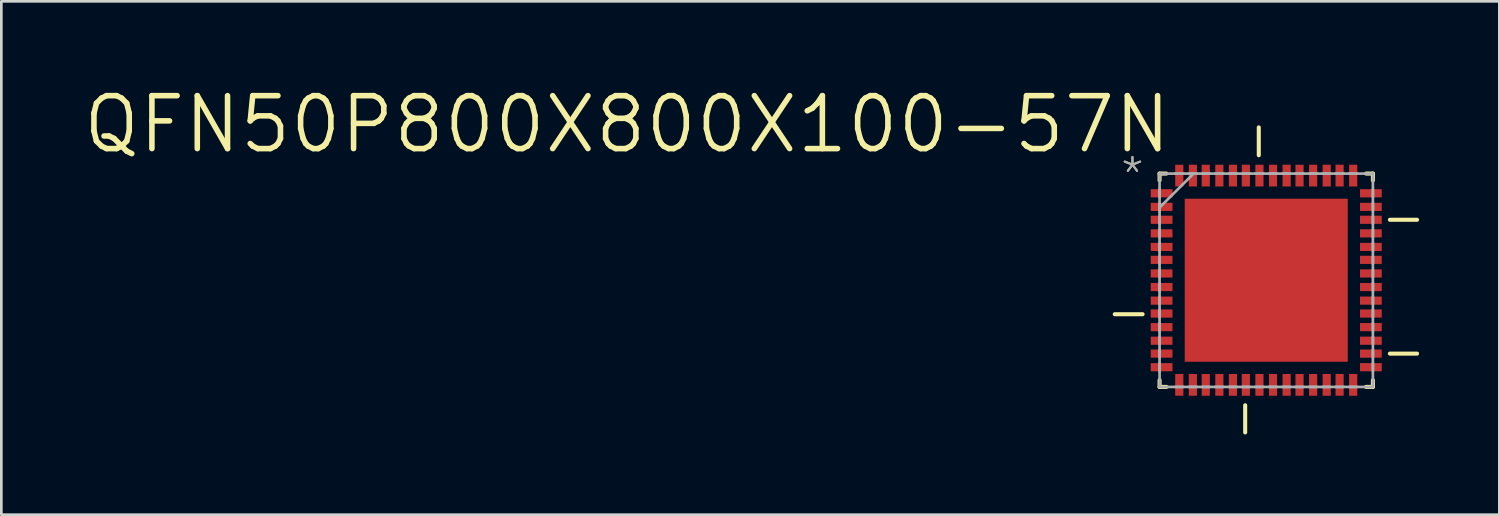
<source format=kicad_pcb>
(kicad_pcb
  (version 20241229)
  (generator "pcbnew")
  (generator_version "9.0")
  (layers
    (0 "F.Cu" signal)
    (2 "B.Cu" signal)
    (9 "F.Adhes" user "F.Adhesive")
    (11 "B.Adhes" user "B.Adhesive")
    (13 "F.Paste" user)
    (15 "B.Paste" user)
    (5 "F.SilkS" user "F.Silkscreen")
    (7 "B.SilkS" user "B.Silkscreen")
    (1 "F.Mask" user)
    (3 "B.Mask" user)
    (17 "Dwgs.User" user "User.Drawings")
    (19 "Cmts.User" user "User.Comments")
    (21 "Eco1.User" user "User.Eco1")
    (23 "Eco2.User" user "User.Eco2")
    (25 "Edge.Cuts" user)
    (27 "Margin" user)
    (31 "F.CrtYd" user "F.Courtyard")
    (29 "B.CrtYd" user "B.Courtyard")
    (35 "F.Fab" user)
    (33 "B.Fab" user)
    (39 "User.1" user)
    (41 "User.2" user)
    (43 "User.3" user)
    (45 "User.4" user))
  (footprint "QFN50P800X800X100-57N"
    (layer "F.Cu")
    (at 44.293 7.428)
    (property "Reference" "QFN50P800X800X100-57N" (at -3.454 -6.985 0) (layer "F.SilkS") (effects (font (size 1.979 1.979) (thickness 0.208)) (justify right top)))
    (attr through_hole)
    (fp_line (start -4.623 1.27) (end -5.664 1.27) (stroke (width 0.152) (type solid)) (layer "F.SilkS"))
    (fp_line (start -3.988 -3.988) (end -3.988 -3.734) (stroke (width 0.152) (type solid)) (layer "F.SilkS"))
    (fp_line (start -3.988 3.734) (end -3.988 3.988) (stroke (width 0.152) (type solid)) (layer "F.SilkS"))
    (fp_line (start -3.988 3.988) (end -3.734 3.988) (stroke (width 0.152) (type solid)) (layer "F.SilkS"))
    (fp_line (start -3.734 -3.988) (end -3.988 -3.988) (stroke (width 0.152) (type solid)) (layer "F.SilkS"))
    (fp_line (start -0.787 4.674) (end -0.787 5.69) (stroke (width 0.152) (type solid)) (layer "F.SilkS"))
    (fp_line (start -0.279 -4.674) (end -0.279 -5.715) (stroke (width 0.152) (type solid)) (layer "F.SilkS"))
    (fp_line (start 3.734 3.988) (end 3.988 3.988) (stroke (width 0.152) (type solid)) (layer "F.SilkS"))
    (fp_line (start 3.988 -3.988) (end 3.734 -3.988) (stroke (width 0.152) (type solid)) (layer "F.SilkS"))
    (fp_line (start 3.988 -3.734) (end 3.988 -3.988) (stroke (width 0.152) (type solid)) (layer "F.SilkS"))
    (fp_line (start 3.988 3.988) (end 3.988 3.734) (stroke (width 0.152) (type solid)) (layer "F.SilkS"))
    (fp_line (start 4.623 -2.261) (end 5.639 -2.261) (stroke (width 0.152) (type solid)) (layer "F.SilkS"))
    (fp_line (start 4.623 2.743) (end 5.639 2.743) (stroke (width 0.152) (type solid)) (layer "F.SilkS"))
    (fp_line (start -3.988 -3.988) (end -3.988 3.988) (stroke (width 0.1) (type solid)) (layer "F.Fab"))
    (fp_line (start -3.988 -3.404) (end -3.988 -3.099) (stroke (width 0.1) (type solid)) (layer "F.Fab"))
    (fp_line (start -3.988 -2.896) (end -3.988 -2.591) (stroke (width 0.1) (type solid)) (layer "F.Fab"))
    (fp_line (start -3.988 -2.718) (end -2.718 -3.988) (stroke (width 0.1) (type solid)) (layer "F.Fab"))
    (fp_line (start -3.988 -2.388) (end -3.988 -2.108) (stroke (width 0.1) (type solid)) (layer "F.Fab"))
    (fp_line (start -3.988 -1.905) (end -3.988 -1.6) (stroke (width 0.1) (type solid)) (layer "F.Fab"))
    (fp_line (start -3.988 -1.397) (end -3.988 -1.092) (stroke (width 0.1) (type solid)) (layer "F.Fab"))
    (fp_line (start -3.988 -0.889) (end -3.988 -0.61) (stroke (width 0.1) (type solid)) (layer "F.Fab"))
    (fp_line (start -3.988 -0.406) (end -3.988 -0.102) (stroke (width 0.1) (type solid)) (layer "F.Fab"))
    (fp_line (start -3.988 0.102) (end -3.988 0.406) (stroke (width 0.1) (type solid)) (layer "F.Fab"))
    (fp_line (start -3.988 0.61) (end -3.988 0.889) (stroke (width 0.1) (type solid)) (layer "F.Fab"))
    (fp_line (start -3.988 1.092) (end -3.988 1.397) (stroke (width 0.1) (type solid)) (layer "F.Fab"))
    (fp_line (start -3.988 1.6) (end -3.988 1.905) (stroke (width 0.1) (type solid)) (layer "F.Fab"))
    (fp_line (start -3.988 2.108) (end -3.988 2.388) (stroke (width 0.1) (type solid)) (layer "F.Fab"))
    (fp_line (start -3.988 2.591) (end -3.988 2.896) (stroke (width 0.1) (type solid)) (layer "F.Fab"))
    (fp_line (start -3.988 3.099) (end -3.988 3.404) (stroke (width 0.1) (type solid)) (layer "F.Fab"))
    (fp_line (start -3.988 3.988) (end 3.988 3.988) (stroke (width 0.1) (type solid)) (layer "F.Fab"))
    (fp_line (start -3.404 3.988) (end -3.099 3.988) (stroke (width 0.1) (type solid)) (layer "F.Fab"))
    (fp_line (start -3.099 -3.988) (end -3.404 -3.988) (stroke (width 0.1) (type solid)) (layer "F.Fab"))
    (fp_line (start -2.896 3.988) (end -2.591 3.988) (stroke (width 0.1) (type solid)) (layer "F.Fab"))
    (fp_line (start -2.591 -3.988) (end -2.896 -3.988) (stroke (width 0.1) (type solid)) (layer "F.Fab"))
    (fp_line (start -2.388 3.988) (end -2.108 3.988) (stroke (width 0.1) (type solid)) (layer "F.Fab"))
    (fp_line (start -2.108 -3.988) (end -2.388 -3.988) (stroke (width 0.1) (type solid)) (layer "F.Fab"))
    (fp_line (start -1.905 3.988) (end -1.6 3.988) (stroke (width 0.1) (type solid)) (layer "F.Fab"))
    (fp_line (start -1.6 -3.988) (end -1.905 -3.988) (stroke (width 0.1) (type solid)) (layer "F.Fab"))
    (fp_line (start -1.397 3.988) (end -1.092 3.988) (stroke (width 0.1) (type solid)) (layer "F.Fab"))
    (fp_line (start -1.092 -3.988) (end -1.397 -3.988) (stroke (width 0.1) (type solid)) (layer "F.Fab"))
    (fp_line (start -0.889 3.988) (end -0.61 3.988) (stroke (width 0.1) (type solid)) (layer "F.Fab"))
    (fp_line (start -0.61 -3.988) (end -0.889 -3.988) (stroke (width 0.1) (type solid)) (layer "F.Fab"))
    (fp_line (start -0.406 3.988) (end -0.102 3.988) (stroke (width 0.1) (type solid)) (layer "F.Fab"))
    (fp_line (start -0.102 -3.988) (end -0.406 -3.988) (stroke (width 0.1) (type solid)) (layer "F.Fab"))
    (fp_line (start 0.102 3.988) (end 0.406 3.988) (stroke (width 0.1) (type solid)) (layer "F.Fab"))
    (fp_line (start 0.406 -3.988) (end 0.102 -3.988) (stroke (width 0.1) (type solid)) (layer "F.Fab"))
    (fp_line (start 0.61 3.988) (end 0.889 3.988) (stroke (width 0.1) (type solid)) (layer "F.Fab"))
    (fp_line (start 0.889 -3.988) (end 0.61 -3.988) (stroke (width 0.1) (type solid)) (layer "F.Fab"))
    (fp_line (start 1.092 3.988) (end 1.397 3.988) (stroke (width 0.1) (type solid)) (layer "F.Fab"))
    (fp_line (start 1.397 -3.988) (end 1.092 -3.988) (stroke (width 0.1) (type solid)) (layer "F.Fab"))
    (fp_line (start 1.6 3.988) (end 1.905 3.988) (stroke (width 0.1) (type solid)) (layer "F.Fab"))
    (fp_line (start 1.905 -3.988) (end 1.6 -3.988) (stroke (width 0.1) (type solid)) (layer "F.Fab"))
    (fp_line (start 2.108 3.988) (end 2.388 3.988) (stroke (width 0.1) (type solid)) (layer "F.Fab"))
    (fp_line (start 2.388 -3.988) (end 2.108 -3.988) (stroke (width 0.1) (type solid)) (layer "F.Fab"))
    (fp_line (start 2.591 3.988) (end 2.896 3.988) (stroke (width 0.1) (type solid)) (layer "F.Fab"))
    (fp_line (start 2.896 -3.988) (end 2.591 -3.988) (stroke (width 0.1) (type solid)) (layer "F.Fab"))
    (fp_line (start 3.099 3.988) (end 3.404 3.988) (stroke (width 0.1) (type solid)) (layer "F.Fab"))
    (fp_line (start 3.404 -3.988) (end 3.099 -3.988) (stroke (width 0.1) (type solid)) (layer "F.Fab"))
    (fp_line (start 3.988 -3.988) (end -3.988 -3.988) (stroke (width 0.1) (type solid)) (layer "F.Fab"))
    (fp_line (start 3.988 -3.099) (end 3.988 -3.404) (stroke (width 0.1) (type solid)) (layer "F.Fab"))
    (fp_line (start 3.988 -2.591) (end 3.988 -2.896) (stroke (width 0.1) (type solid)) (layer "F.Fab"))
    (fp_line (start 3.988 -2.108) (end 3.988 -2.388) (stroke (width 0.1) (type solid)) (layer "F.Fab"))
    (fp_line (start 3.988 -1.6) (end 3.988 -1.905) (stroke (width 0.1) (type solid)) (layer "F.Fab"))
    (fp_line (start 3.988 -1.092) (end 3.988 -1.397) (stroke (width 0.1) (type solid)) (layer "F.Fab"))
    (fp_line (start 3.988 -0.61) (end 3.988 -0.889) (stroke (width 0.1) (type solid)) (layer "F.Fab"))
    (fp_line (start 3.988 -0.102) (end 3.988 -0.406) (stroke (width 0.1) (type solid)) (layer "F.Fab"))
    (fp_line (start 3.988 0.406) (end 3.988 0.102) (stroke (width 0.1) (type solid)) (layer "F.Fab"))
    (fp_line (start 3.988 0.889) (end 3.988 0.61) (stroke (width 0.1) (type solid)) (layer "F.Fab"))
    (fp_line (start 3.988 1.397) (end 3.988 1.092) (stroke (width 0.1) (type solid)) (layer "F.Fab"))
    (fp_line (start 3.988 1.905) (end 3.988 1.6) (stroke (width 0.1) (type solid)) (layer "F.Fab"))
    (fp_line (start 3.988 2.388) (end 3.988 2.108) (stroke (width 0.1) (type solid)) (layer "F.Fab"))
    (fp_line (start 3.988 2.896) (end 3.988 2.591) (stroke (width 0.1) (type solid)) (layer "F.Fab"))
    (fp_line (start 3.988 3.404) (end 3.988 3.099) (stroke (width 0.1) (type solid)) (layer "F.Fab"))
    (fp_line (start 3.988 3.988) (end 3.988 -3.988) (stroke (width 0.1) (type solid)) (layer "F.Fab"))
    (fp_text user "*" (at -5.512 -3.251 0) (layer "F.SilkS") (effects (font (size 1.206 1.206) (thickness 0.076)) (justify left bottom)))
    (fp_text user "*" (at -5.512 -3.251 0) (layer "F.Fab") (effects (font (size 1.206 1.206) (thickness 0.076)) (justify left bottom)))
    (pad "1" smd rect (at -3.912 -3.251 270) (size 0.305 0.813) (layers "F.Cu" "F.Mask" "F.Paste"))
    (pad "2" smd rect (at -3.912 -2.743 270) (size 0.305 0.813) (layers "F.Cu" "F.Mask" "F.Paste"))
    (pad "3" smd rect (at -3.912 -2.261 270) (size 0.305 0.813) (layers "F.Cu" "F.Mask" "F.Paste"))
    (pad "4" smd rect (at -3.912 -1.753 270) (size 0.305 0.813) (layers "F.Cu" "F.Mask" "F.Paste"))
    (pad "5" smd rect (at -3.912 -1.245 270) (size 0.305 0.813) (layers "F.Cu" "F.Mask" "F.Paste"))
    (pad "6" smd rect (at -3.912 -0.762 270) (size 0.305 0.813) (layers "F.Cu" "F.Mask" "F.Paste"))
    (pad "7" smd rect (at -3.912 -0.254 270) (size 0.305 0.813) (layers "F.Cu" "F.Mask" "F.Paste"))
    (pad "8" smd rect (at -3.912 0.254 270) (size 0.305 0.813) (layers "F.Cu" "F.Mask" "F.Paste"))
    (pad "9" smd rect (at -3.912 0.762 270) (size 0.305 0.813) (layers "F.Cu" "F.Mask" "F.Paste"))
    (pad "10" smd rect (at -3.912 1.245 270) (size 0.305 0.813) (layers "F.Cu" "F.Mask" "F.Paste"))
    (pad "11" smd rect (at -3.912 1.753 270) (size 0.305 0.813) (layers "F.Cu" "F.Mask" "F.Paste"))
    (pad "12" smd rect (at -3.912 2.261 270) (size 0.305 0.813) (layers "F.Cu" "F.Mask" "F.Paste"))
    (pad "13" smd rect (at -3.912 2.743 270) (size 0.305 0.813) (layers "F.Cu" "F.Mask" "F.Paste"))
    (pad "14" smd rect (at -3.912 3.251 270) (size 0.305 0.813) (layers "F.Cu" "F.Mask" "F.Paste"))
    (pad "15" smd rect (at -3.251 3.912 180) (size 0.305 0.813) (layers "F.Cu" "F.Mask" "F.Paste"))
    (pad "16" smd rect (at -2.743 3.912 180) (size 0.305 0.813) (layers "F.Cu" "F.Mask" "F.Paste"))
    (pad "17" smd rect (at -2.261 3.912 180) (size 0.305 0.813) (layers "F.Cu" "F.Mask" "F.Paste"))
    (pad "18" smd rect (at -1.753 3.912 180) (size 0.305 0.813) (layers "F.Cu" "F.Mask" "F.Paste"))
    (pad "19" smd rect (at -1.245 3.912 180) (size 0.305 0.813) (layers "F.Cu" "F.Mask" "F.Paste"))
    (pad "20" smd rect (at -0.762 3.912 180) (size 0.305 0.813) (layers "F.Cu" "F.Mask" "F.Paste"))
    (pad "21" smd rect (at -0.254 3.912 180) (size 0.305 0.813) (layers "F.Cu" "F.Mask" "F.Paste"))
    (pad "22" smd rect (at 0.254 3.912 180) (size 0.305 0.813) (layers "F.Cu" "F.Mask" "F.Paste"))
    (pad "23" smd rect (at 0.762 3.912 180) (size 0.305 0.813) (layers "F.Cu" "F.Mask" "F.Paste"))
    (pad "24" smd rect (at 1.245 3.912 180) (size 0.305 0.813) (layers "F.Cu" "F.Mask" "F.Paste"))
    (pad "25" smd rect (at 1.753 3.912 180) (size 0.305 0.813) (layers "F.Cu" "F.Mask" "F.Paste"))
    (pad "26" smd rect (at 2.261 3.912 180) (size 0.305 0.813) (layers "F.Cu" "F.Mask" "F.Paste"))
    (pad "27" smd rect (at 2.743 3.912 180) (size 0.305 0.813) (layers "F.Cu" "F.Mask" "F.Paste"))
    (pad "28" smd rect (at 3.251 3.912 180) (size 0.305 0.813) (layers "F.Cu" "F.Mask" "F.Paste"))
    (pad "29" smd rect (at 3.912 3.251 270) (size 0.305 0.813) (layers "F.Cu" "F.Mask" "F.Paste"))
    (pad "30" smd rect (at 3.912 2.743 270) (size 0.305 0.813) (layers "F.Cu" "F.Mask" "F.Paste"))
    (pad "31" smd rect (at 3.912 2.261 270) (size 0.305 0.813) (layers "F.Cu" "F.Mask" "F.Paste"))
    (pad "32" smd rect (at 3.912 1.753 270) (size 0.305 0.813) (layers "F.Cu" "F.Mask" "F.Paste"))
    (pad "33" smd rect (at 3.912 1.245 270) (size 0.305 0.813) (layers "F.Cu" "F.Mask" "F.Paste"))
    (pad "34" smd rect (at 3.912 0.762 270) (size 0.305 0.813) (layers "F.Cu" "F.Mask" "F.Paste"))
    (pad "35" smd rect (at 3.912 0.254 270) (size 0.305 0.813) (layers "F.Cu" "F.Mask" "F.Paste"))
    (pad "36" smd rect (at 3.912 -0.254 270) (size 0.305 0.813) (layers "F.Cu" "F.Mask" "F.Paste"))
    (pad "37" smd rect (at 3.912 -0.762 270) (size 0.305 0.813) (layers "F.Cu" "F.Mask" "F.Paste"))
    (pad "38" smd rect (at 3.912 -1.245 270) (size 0.305 0.813) (layers "F.Cu" "F.Mask" "F.Paste"))
    (pad "39" smd rect (at 3.912 -1.753 270) (size 0.305 0.813) (layers "F.Cu" "F.Mask" "F.Paste"))
    (pad "40" smd rect (at 3.912 -2.261 270) (size 0.305 0.813) (layers "F.Cu" "F.Mask" "F.Paste"))
    (pad "41" smd rect (at 3.912 -2.743 270) (size 0.305 0.813) (layers "F.Cu" "F.Mask" "F.Paste"))
    (pad "42" smd rect (at 3.912 -3.251 270) (size 0.305 0.813) (layers "F.Cu" "F.Mask" "F.Paste"))
    (pad "43" smd rect (at 3.251 -3.912 180) (size 0.305 0.813) (layers "F.Cu" "F.Mask" "F.Paste"))
    (pad "44" smd rect (at 2.743 -3.912 180) (size 0.305 0.813) (layers "F.Cu" "F.Mask" "F.Paste"))
    (pad "45" smd rect (at 2.261 -3.912 180) (size 0.305 0.813) (layers "F.Cu" "F.Mask" "F.Paste"))
    (pad "46" smd rect (at 1.753 -3.912 180) (size 0.305 0.813) (layers "F.Cu" "F.Mask" "F.Paste"))
    (pad "47" smd rect (at 1.245 -3.912 180) (size 0.305 0.813) (layers "F.Cu" "F.Mask" "F.Paste"))
    (pad "48" smd rect (at 0.762 -3.912 180) (size 0.305 0.813) (layers "F.Cu" "F.Mask" "F.Paste"))
    (pad "49" smd rect (at 0.254 -3.912 180) (size 0.305 0.813) (layers "F.Cu" "F.Mask" "F.Paste"))
    (pad "50" smd rect (at -0.254 -3.912 180) (size 0.305 0.813) (layers "F.Cu" "F.Mask" "F.Paste"))
    (pad "51" smd rect (at -0.762 -3.912 180) (size 0.305 0.813) (layers "F.Cu" "F.Mask" "F.Paste"))
    (pad "52" smd rect (at -1.245 -3.912 180) (size 0.305 0.813) (layers "F.Cu" "F.Mask" "F.Paste"))
    (pad "53" smd rect (at -1.753 -3.912 180) (size 0.305 0.813) (layers "F.Cu" "F.Mask" "F.Paste"))
    (pad "54" smd rect (at -2.261 -3.912 180) (size 0.305 0.813) (layers "F.Cu" "F.Mask" "F.Paste"))
    (pad "55" smd rect (at -2.743 -3.912 180) (size 0.305 0.813) (layers "F.Cu" "F.Mask" "F.Paste"))
    (pad "56" smd rect (at -3.251 -3.912 180) (size 0.305 0.813) (layers "F.Cu" "F.Mask" "F.Paste"))
    (pad "57" smd rect (at 0 0) (size 6.096 6.096) (layers "F.Cu" "F.Mask" "F.Paste")))
  (gr_rect
    (start -3 -3)
    (end 53.008 16.193)
    (stroke (width 0.1) (type default))
    (fill no)
    (layer "Edge.Cuts")))
</source>
